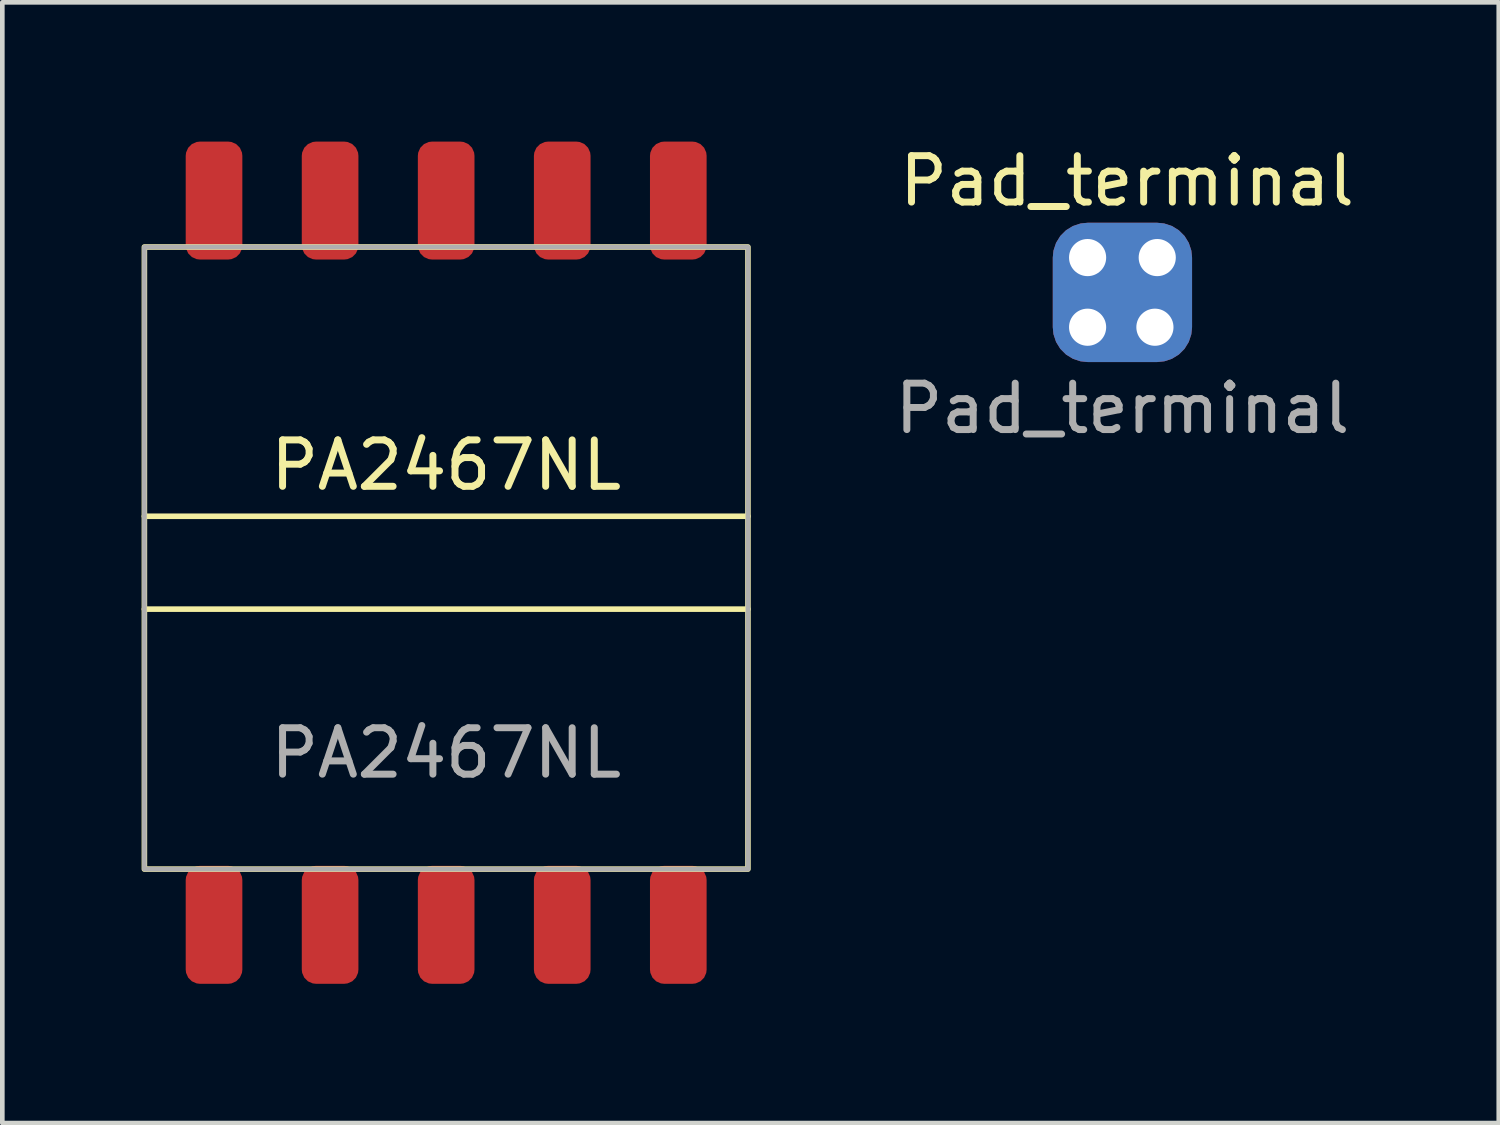
<source format=kicad_pcb>
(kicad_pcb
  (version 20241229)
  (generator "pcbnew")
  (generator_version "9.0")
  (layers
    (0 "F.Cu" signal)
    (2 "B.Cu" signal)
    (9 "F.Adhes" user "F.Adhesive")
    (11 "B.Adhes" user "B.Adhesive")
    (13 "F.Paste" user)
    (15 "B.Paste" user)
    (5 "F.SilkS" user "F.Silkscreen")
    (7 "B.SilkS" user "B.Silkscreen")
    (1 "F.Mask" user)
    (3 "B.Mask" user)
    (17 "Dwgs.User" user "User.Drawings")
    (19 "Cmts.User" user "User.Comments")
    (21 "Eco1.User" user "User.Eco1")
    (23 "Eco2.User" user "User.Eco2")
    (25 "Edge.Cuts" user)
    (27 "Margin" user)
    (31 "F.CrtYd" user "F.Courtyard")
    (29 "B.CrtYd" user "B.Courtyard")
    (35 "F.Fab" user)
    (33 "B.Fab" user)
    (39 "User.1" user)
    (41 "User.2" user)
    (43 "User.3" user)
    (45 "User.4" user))
  (footprint "PA2467NL"
    (layer "F.Cu")
    (at 6.56 9.07)
    (property "Reference" "PA2467NL" (at 0 -2.1 0) (unlocked yes) (layer "F.SilkS") (effects (font (size 1 1) (thickness 0.15))))
    (attr smd)
    (fp_line (start -6.5 -1) (end 6.5 -1) (stroke (width 0.12) (type solid)) (layer "F.SilkS"))
    (fp_line (start -6.5 1) (end 6.5 1) (stroke (width 0.12) (type solid)) (layer "F.SilkS"))
    (fp_rect (start -6.5 6.6) (end 6.5 -6.8) (stroke (width 0.12) (type solid)) (fill no) (layer "F.SilkS"))
    (fp_rect (start -6.5 -6.8) (end 6.5 6.6) (stroke (width 0.1) (type solid)) (fill no) (layer "F.Fab"))
    (fp_text user "${REFERENCE}" (at 0 4.1 0) (unlocked yes) (layer "F.Fab") (effects (font (size 1 1) (thickness 0.15))))
    (pad "1" smd roundrect (at 5 7.8) (size 1.22 2.54) (layers "F.Cu" "F.Mask" "F.Paste") (roundrect_rratio 0.25))
    (pad "2" smd roundrect (at 2.5 7.8) (size 1.22 2.54) (layers "F.Cu" "F.Mask" "F.Paste") (roundrect_rratio 0.25))
    (pad "3" smd roundrect (at 0 7.8) (size 1.22 2.54) (layers "F.Cu" "F.Mask" "F.Paste") (roundrect_rratio 0.25))
    (pad "4" smd roundrect (at -2.5 7.8) (size 1.22 2.54) (layers "F.Cu" "F.Mask" "F.Paste") (roundrect_rratio 0.25))
    (pad "5" smd roundrect (at -5 7.8) (size 1.22 2.54) (layers "F.Cu" "F.Mask" "F.Paste") (roundrect_rratio 0.25))
    (pad "6" smd roundrect (at -5 -7.8) (size 1.22 2.54) (layers "F.Cu" "F.Mask" "F.Paste") (roundrect_rratio 0.25))
    (pad "7" smd roundrect (at -2.5 -7.8) (size 1.22 2.54) (layers "F.Cu" "F.Mask" "F.Paste") (roundrect_rratio 0.25))
    (pad "8" smd roundrect (at 0 -7.8) (size 1.22 2.54) (layers "F.Cu" "F.Mask" "F.Paste") (roundrect_rratio 0.25))
    (pad "9" smd roundrect (at 2.5 -7.8) (size 1.22 2.54) (layers "F.Cu" "F.Mask" "F.Paste") (roundrect_rratio 0.25))
    (pad "10" smd roundrect (at 5 -7.8) (size 1.22 2.54) (layers "F.Cu" "F.Mask" "F.Paste") (roundrect_rratio 0.25)))
  (footprint "Pad_terminal"
    (layer "F.Cu")
    (at 21.126 3.248)
    (property "Reference" "Pad_terminal" (at 0.1 -2.4 0) (unlocked yes) (layer "F.SilkS") (effects (font (size 1 1) (thickness 0.15))))
    (attr smd)
    (fp_text user "${REFERENCE}" (at 0 2.5 0) (unlocked yes) (layer "F.Fab") (effects (font (size 1 1) (thickness 0.15))))
    (pad "1" thru_hole circle (at -0.75 -0.75) (size 1 1) (drill 0.8) (layers "*.Cu" "*.Mask"))
    (pad "1" thru_hole circle (at -0.75 0.75) (size 1 1) (drill 0.8) (layers "*.Cu" "*.Mask"))
    (pad "1" smd roundrect (at 0 0) (size 3 3) (layers "F.Cu" "F.Mask") (roundrect_rratio 0.25))
    (pad "1" smd roundrect (at 0 0) (size 3 3) (layers "B.Cu" "B.Mask") (roundrect_rratio 0.25))
    (pad "1" thru_hole circle (at 0.7 0.75) (size 1 1) (drill 0.8) (layers "*.Cu" "*.Mask"))
    (pad "1" thru_hole circle (at 0.75 -0.75) (size 1 1) (drill 0.8) (layers "*.Cu" "*.Mask")))
  (gr_rect
    (start -3 -3)
    (end 29.232 21.14)
    (stroke (width 0.1) (type default))
    (fill no)
    (layer "Edge.Cuts")))
</source>
